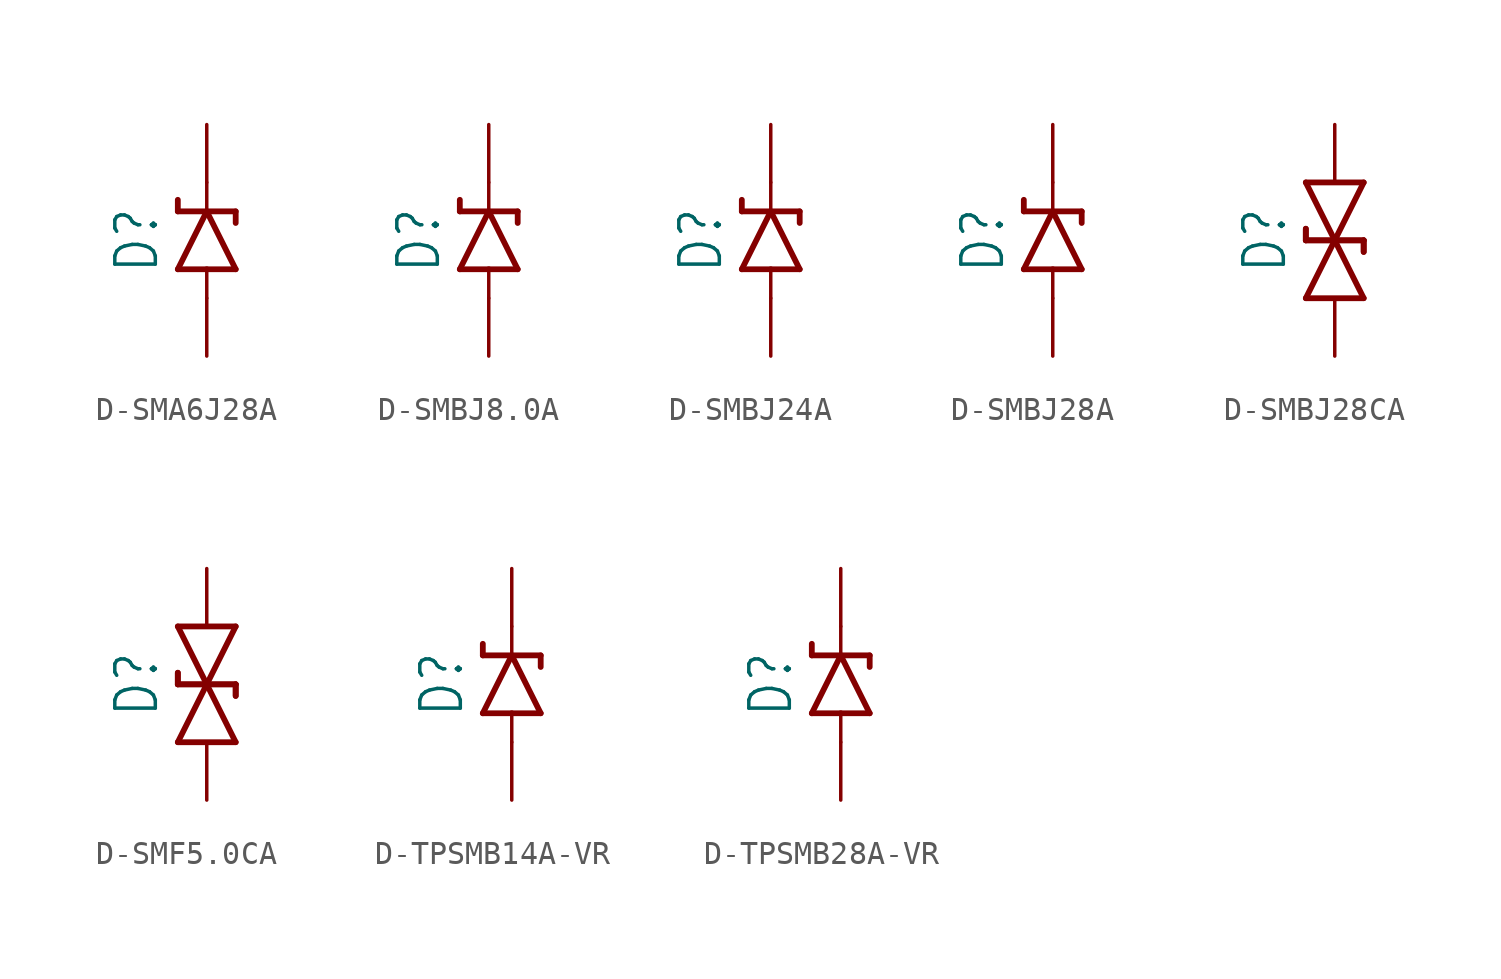
<source format=kicad_sym>
(kicad_symbol_lib
  (version 20231120)
  (generator "kicad_symbol_editor")
  (generator_version "8.0")
  (symbol "D-SMA6J28A"
    (property "Reference" "D"
      (at -2.032 0 90)
      (effects (font (size 1.778 1.511)) (justify bottom)))
    (property "Value" ""
      (at 2.032 0 90)
      (effects (font (size 1.778 1.511)) (justify top)))
    (property "ki_locked" ""
      (at 0 0 0)
      (effects (font (size 1.27 1.27))))
    (symbol "D-SMA6J28A_1_0"
      (polyline (pts (xy -1.27 -1.27) (xy 0 -1.27)) (stroke (width 0.254) (type solid)) (fill (type none)))
      (polyline (pts (xy -1.27 1.27) (xy -1.27 1.778)) (stroke (width 0.254) (type solid)) (fill (type none)))
      (polyline (pts (xy -1.27 1.27) (xy 0 1.27)) (stroke (width 0.254) (type solid)) (fill (type none)))
      (polyline (pts (xy 0 -2.54) (xy 0 -1.27)) (stroke (width 0.152) (type solid)) (fill (type none)))
      (polyline (pts (xy 0 -1.27) (xy 1.27 -1.27)) (stroke (width 0.254) (type solid)) (fill (type none)))
      (polyline (pts (xy 0 1.27) (xy -1.27 -1.27)) (stroke (width 0.254) (type solid)) (fill (type none)))
      (polyline (pts (xy 0 1.27) (xy 1.27 1.27)) (stroke (width 0.254) (type solid)) (fill (type none)))
      (polyline (pts (xy 0 2.54) (xy 0 1.27)) (stroke (width 0.152) (type solid)) (fill (type none)))
      (polyline (pts (xy 1.27 -1.27) (xy 0 1.27)) (stroke (width 0.254) (type solid)) (fill (type none)))
      (polyline (pts (xy 1.27 1.27) (xy 1.27 0.762)) (stroke (width 0.254) (type solid)) (fill (type none)))
      (pin passive line (at 0 -5.08 90) (length 2.54) (name "A" (effects (font (size 0 0)))) (number "A" (effects (font (size 0 0)))))
      (pin passive line (at 0 5.08 270) (length 2.54) (name "C" (effects (font (size 0 0)))) (number "C" (effects (font (size 0 0)))))))
  (symbol "D-SMBJ8.0A"
    (property "Reference" "D"
      (at -2.032 0 90)
      (effects (font (size 1.778 1.511)) (justify bottom)))
    (property "Value" ""
      (at 2.032 0 90)
      (effects (font (size 1.778 1.511)) (justify top)))
    (property "ki_locked" ""
      (at 0 0 0)
      (effects (font (size 1.27 1.27))))
    (symbol "D-SMBJ8.0A_1_0"
      (polyline (pts (xy -1.27 -1.27) (xy 0 -1.27)) (stroke (width 0.254) (type solid)) (fill (type none)))
      (polyline (pts (xy -1.27 1.27) (xy -1.27 1.778)) (stroke (width 0.254) (type solid)) (fill (type none)))
      (polyline (pts (xy -1.27 1.27) (xy 0 1.27)) (stroke (width 0.254) (type solid)) (fill (type none)))
      (polyline (pts (xy 0 -2.54) (xy 0 -1.27)) (stroke (width 0.152) (type solid)) (fill (type none)))
      (polyline (pts (xy 0 -1.27) (xy 1.27 -1.27)) (stroke (width 0.254) (type solid)) (fill (type none)))
      (polyline (pts (xy 0 1.27) (xy -1.27 -1.27)) (stroke (width 0.254) (type solid)) (fill (type none)))
      (polyline (pts (xy 0 1.27) (xy 1.27 1.27)) (stroke (width 0.254) (type solid)) (fill (type none)))
      (polyline (pts (xy 0 2.54) (xy 0 1.27)) (stroke (width 0.152) (type solid)) (fill (type none)))
      (polyline (pts (xy 1.27 -1.27) (xy 0 1.27)) (stroke (width 0.254) (type solid)) (fill (type none)))
      (polyline (pts (xy 1.27 1.27) (xy 1.27 0.762)) (stroke (width 0.254) (type solid)) (fill (type none)))
      (pin passive line (at 0 -5.08 90) (length 2.54) (name "A" (effects (font (size 0 0)))) (number "A" (effects (font (size 0 0)))))
      (pin passive line (at 0 5.08 270) (length 2.54) (name "C" (effects (font (size 0 0)))) (number "C" (effects (font (size 0 0)))))))
  (symbol "D-SMBJ24A"
    (property "Reference" "D"
      (at -2.032 0 90)
      (effects (font (size 1.778 1.511)) (justify bottom)))
    (property "Value" ""
      (at 2.032 0 90)
      (effects (font (size 1.778 1.511)) (justify top)))
    (property "ki_locked" ""
      (at 0 0 0)
      (effects (font (size 1.27 1.27))))
    (symbol "D-SMBJ24A_1_0"
      (polyline (pts (xy -1.27 -1.27) (xy 0 -1.27)) (stroke (width 0.254) (type solid)) (fill (type none)))
      (polyline (pts (xy -1.27 1.27) (xy -1.27 1.778)) (stroke (width 0.254) (type solid)) (fill (type none)))
      (polyline (pts (xy -1.27 1.27) (xy 0 1.27)) (stroke (width 0.254) (type solid)) (fill (type none)))
      (polyline (pts (xy 0 -2.54) (xy 0 -1.27)) (stroke (width 0.152) (type solid)) (fill (type none)))
      (polyline (pts (xy 0 -1.27) (xy 1.27 -1.27)) (stroke (width 0.254) (type solid)) (fill (type none)))
      (polyline (pts (xy 0 1.27) (xy -1.27 -1.27)) (stroke (width 0.254) (type solid)) (fill (type none)))
      (polyline (pts (xy 0 1.27) (xy 1.27 1.27)) (stroke (width 0.254) (type solid)) (fill (type none)))
      (polyline (pts (xy 0 2.54) (xy 0 1.27)) (stroke (width 0.152) (type solid)) (fill (type none)))
      (polyline (pts (xy 1.27 -1.27) (xy 0 1.27)) (stroke (width 0.254) (type solid)) (fill (type none)))
      (polyline (pts (xy 1.27 1.27) (xy 1.27 0.762)) (stroke (width 0.254) (type solid)) (fill (type none)))
      (pin passive line (at 0 -5.08 90) (length 2.54) (name "A" (effects (font (size 0 0)))) (number "A" (effects (font (size 0 0)))))
      (pin passive line (at 0 5.08 270) (length 2.54) (name "C" (effects (font (size 0 0)))) (number "C" (effects (font (size 0 0)))))))
  (symbol "D-SMBJ28A"
    (property "Reference" "D"
      (at -2.032 0 90)
      (effects (font (size 1.778 1.511)) (justify bottom)))
    (property "Value" ""
      (at 2.032 0 90)
      (effects (font (size 1.778 1.511)) (justify top)))
    (property "ki_locked" ""
      (at 0 0 0)
      (effects (font (size 1.27 1.27))))
    (symbol "D-SMBJ28A_1_0"
      (polyline (pts (xy -1.27 -1.27) (xy 0 -1.27)) (stroke (width 0.254) (type solid)) (fill (type none)))
      (polyline (pts (xy -1.27 1.27) (xy -1.27 1.778)) (stroke (width 0.254) (type solid)) (fill (type none)))
      (polyline (pts (xy -1.27 1.27) (xy 0 1.27)) (stroke (width 0.254) (type solid)) (fill (type none)))
      (polyline (pts (xy 0 -2.54) (xy 0 -1.27)) (stroke (width 0.152) (type solid)) (fill (type none)))
      (polyline (pts (xy 0 -1.27) (xy 1.27 -1.27)) (stroke (width 0.254) (type solid)) (fill (type none)))
      (polyline (pts (xy 0 1.27) (xy -1.27 -1.27)) (stroke (width 0.254) (type solid)) (fill (type none)))
      (polyline (pts (xy 0 1.27) (xy 1.27 1.27)) (stroke (width 0.254) (type solid)) (fill (type none)))
      (polyline (pts (xy 0 2.54) (xy 0 1.27)) (stroke (width 0.152) (type solid)) (fill (type none)))
      (polyline (pts (xy 1.27 -1.27) (xy 0 1.27)) (stroke (width 0.254) (type solid)) (fill (type none)))
      (polyline (pts (xy 1.27 1.27) (xy 1.27 0.762)) (stroke (width 0.254) (type solid)) (fill (type none)))
      (pin passive line (at 0 -5.08 90) (length 2.54) (name "A" (effects (font (size 0 0)))) (number "A" (effects (font (size 0 0)))))
      (pin passive line (at 0 5.08 270) (length 2.54) (name "C" (effects (font (size 0 0)))) (number "C" (effects (font (size 0 0)))))))
  (symbol "D-SMBJ28CA"
    (property "Reference" "D"
      (at -2.032 0 90)
      (effects (font (size 1.778 1.511)) (justify bottom)))
    (property "Value" ""
      (at 2.032 0 90)
      (effects (font (size 1.778 1.511)) (justify top)))
    (property "ki_locked" ""
      (at 0 0 0)
      (effects (font (size 1.27 1.27))))
    (symbol "D-SMBJ28CA_1_0"
      (polyline (pts (xy -1.27 -2.54) (xy 1.27 -2.54)) (stroke (width 0.254) (type solid)) (fill (type none)))
      (polyline (pts (xy -1.27 0) (xy -1.27 0.508)) (stroke (width 0.254) (type solid)) (fill (type none)))
      (polyline (pts (xy -1.27 0) (xy -1.27 0.508)) (stroke (width 0.254) (type solid)) (fill (type none)))
      (polyline (pts (xy -1.27 0) (xy 0 0)) (stroke (width 0.254) (type solid)) (fill (type none)))
      (polyline (pts (xy -1.27 2.54) (xy 0 0)) (stroke (width 0.254) (type solid)) (fill (type none)))
      (polyline (pts (xy 0 0) (xy -1.27 -2.54)) (stroke (width 0.254) (type solid)) (fill (type none)))
      (polyline (pts (xy 0 0) (xy -1.27 0)) (stroke (width 0.254) (type solid)) (fill (type none)))
      (polyline (pts (xy 0 0) (xy 1.27 0)) (stroke (width 0.254) (type solid)) (fill (type none)))
      (polyline (pts (xy 0 0) (xy 1.27 2.54)) (stroke (width 0.254) (type solid)) (fill (type none)))
      (polyline (pts (xy 1.27 -2.54) (xy 0 0)) (stroke (width 0.254) (type solid)) (fill (type none)))
      (polyline (pts (xy 1.27 0) (xy 0 0)) (stroke (width 0.254) (type solid)) (fill (type none)))
      (polyline (pts (xy 1.27 0) (xy 1.27 -0.508)) (stroke (width 0.254) (type solid)) (fill (type none)))
      (polyline (pts (xy 1.27 0) (xy 1.27 -0.508)) (stroke (width 0.254) (type solid)) (fill (type none)))
      (polyline (pts (xy 1.27 2.54) (xy -1.27 2.54)) (stroke (width 0.254) (type solid)) (fill (type none)))
      (pin passive line (at 0 -5.08 90) (length 2.54) (name "C2" (effects (font (size 0 0)))) (number "A" (effects (font (size 0 0)))))
      (pin passive line (at 0 5.08 270) (length 2.54) (name "C1" (effects (font (size 0 0)))) (number "C" (effects (font (size 0 0)))))))
  (symbol "D-SMF5.0CA"
    (property "Reference" "D"
      (at -2.032 0 90)
      (effects (font (size 1.778 1.511)) (justify bottom)))
    (property "Value" ""
      (at 2.032 0 90)
      (effects (font (size 1.778 1.511)) (justify top)))
    (property "ki_locked" ""
      (at 0 0 0)
      (effects (font (size 1.27 1.27))))
    (symbol "D-SMF5.0CA_1_0"
      (polyline (pts (xy -1.27 -2.54) (xy 1.27 -2.54)) (stroke (width 0.254) (type solid)) (fill (type none)))
      (polyline (pts (xy -1.27 0) (xy -1.27 0.508)) (stroke (width 0.254) (type solid)) (fill (type none)))
      (polyline (pts (xy -1.27 0) (xy -1.27 0.508)) (stroke (width 0.254) (type solid)) (fill (type none)))
      (polyline (pts (xy -1.27 0) (xy 0 0)) (stroke (width 0.254) (type solid)) (fill (type none)))
      (polyline (pts (xy -1.27 2.54) (xy 0 0)) (stroke (width 0.254) (type solid)) (fill (type none)))
      (polyline (pts (xy 0 0) (xy -1.27 -2.54)) (stroke (width 0.254) (type solid)) (fill (type none)))
      (polyline (pts (xy 0 0) (xy -1.27 0)) (stroke (width 0.254) (type solid)) (fill (type none)))
      (polyline (pts (xy 0 0) (xy 1.27 0)) (stroke (width 0.254) (type solid)) (fill (type none)))
      (polyline (pts (xy 0 0) (xy 1.27 2.54)) (stroke (width 0.254) (type solid)) (fill (type none)))
      (polyline (pts (xy 1.27 -2.54) (xy 0 0)) (stroke (width 0.254) (type solid)) (fill (type none)))
      (polyline (pts (xy 1.27 0) (xy 0 0)) (stroke (width 0.254) (type solid)) (fill (type none)))
      (polyline (pts (xy 1.27 0) (xy 1.27 -0.508)) (stroke (width 0.254) (type solid)) (fill (type none)))
      (polyline (pts (xy 1.27 0) (xy 1.27 -0.508)) (stroke (width 0.254) (type solid)) (fill (type none)))
      (polyline (pts (xy 1.27 2.54) (xy -1.27 2.54)) (stroke (width 0.254) (type solid)) (fill (type none)))
      (pin passive line (at 0 -5.08 90) (length 2.54) (name "C2" (effects (font (size 0 0)))) (number "1" (effects (font (size 0 0)))))
      (pin passive line (at 0 5.08 270) (length 2.54) (name "C1" (effects (font (size 0 0)))) (number "2" (effects (font (size 0 0)))))))
  (symbol "D-TPSMB14A-VR"
    (property "Reference" "D"
      (at -2.032 0 90)
      (effects (font (size 1.778 1.511)) (justify bottom)))
    (property "Value" ""
      (at 2.032 0 90)
      (effects (font (size 1.778 1.511)) (justify top)))
    (property "ki_locked" ""
      (at 0 0 0)
      (effects (font (size 1.27 1.27))))
    (symbol "D-TPSMB14A-VR_1_0"
      (polyline (pts (xy -1.27 -1.27) (xy 0 -1.27)) (stroke (width 0.254) (type solid)) (fill (type none)))
      (polyline (pts (xy -1.27 1.27) (xy -1.27 1.778)) (stroke (width 0.254) (type solid)) (fill (type none)))
      (polyline (pts (xy -1.27 1.27) (xy 0 1.27)) (stroke (width 0.254) (type solid)) (fill (type none)))
      (polyline (pts (xy 0 -2.54) (xy 0 -1.27)) (stroke (width 0.152) (type solid)) (fill (type none)))
      (polyline (pts (xy 0 -1.27) (xy 1.27 -1.27)) (stroke (width 0.254) (type solid)) (fill (type none)))
      (polyline (pts (xy 0 1.27) (xy -1.27 -1.27)) (stroke (width 0.254) (type solid)) (fill (type none)))
      (polyline (pts (xy 0 1.27) (xy 1.27 1.27)) (stroke (width 0.254) (type solid)) (fill (type none)))
      (polyline (pts (xy 0 2.54) (xy 0 1.27)) (stroke (width 0.152) (type solid)) (fill (type none)))
      (polyline (pts (xy 1.27 -1.27) (xy 0 1.27)) (stroke (width 0.254) (type solid)) (fill (type none)))
      (polyline (pts (xy 1.27 1.27) (xy 1.27 0.762)) (stroke (width 0.254) (type solid)) (fill (type none)))
      (pin passive line (at 0 -5.08 90) (length 2.54) (name "A" (effects (font (size 0 0)))) (number "A" (effects (font (size 0 0)))))
      (pin passive line (at 0 5.08 270) (length 2.54) (name "C" (effects (font (size 0 0)))) (number "C" (effects (font (size 0 0)))))))
  (symbol "D-TPSMB28A-VR"
    (property "Reference" "D"
      (at -2.032 0 90)
      (effects (font (size 1.778 1.511)) (justify bottom)))
    (property "Value" ""
      (at 2.032 0 90)
      (effects (font (size 1.778 1.511)) (justify top)))
    (property "ki_locked" ""
      (at 0 0 0)
      (effects (font (size 1.27 1.27))))
    (symbol "D-TPSMB28A-VR_1_0"
      (polyline (pts (xy -1.27 -1.27) (xy 0 -1.27)) (stroke (width 0.254) (type solid)) (fill (type none)))
      (polyline (pts (xy -1.27 1.27) (xy -1.27 1.778)) (stroke (width 0.254) (type solid)) (fill (type none)))
      (polyline (pts (xy -1.27 1.27) (xy 0 1.27)) (stroke (width 0.254) (type solid)) (fill (type none)))
      (polyline (pts (xy 0 -2.54) (xy 0 -1.27)) (stroke (width 0.152) (type solid)) (fill (type none)))
      (polyline (pts (xy 0 -1.27) (xy 1.27 -1.27)) (stroke (width 0.254) (type solid)) (fill (type none)))
      (polyline (pts (xy 0 1.27) (xy -1.27 -1.27)) (stroke (width 0.254) (type solid)) (fill (type none)))
      (polyline (pts (xy 0 1.27) (xy 1.27 1.27)) (stroke (width 0.254) (type solid)) (fill (type none)))
      (polyline (pts (xy 0 2.54) (xy 0 1.27)) (stroke (width 0.152) (type solid)) (fill (type none)))
      (polyline (pts (xy 1.27 -1.27) (xy 0 1.27)) (stroke (width 0.254) (type solid)) (fill (type none)))
      (polyline (pts (xy 1.27 1.27) (xy 1.27 0.762)) (stroke (width 0.254) (type solid)) (fill (type none)))
      (pin passive line (at 0 -5.08 90) (length 2.54) (name "A" (effects (font (size 0 0)))) (number "A" (effects (font (size 0 0)))))
      (pin passive line (at 0 5.08 270) (length 2.54) (name "C" (effects (font (size 0 0)))) (number "C" (effects (font (size 0 0))))))))
</source>
